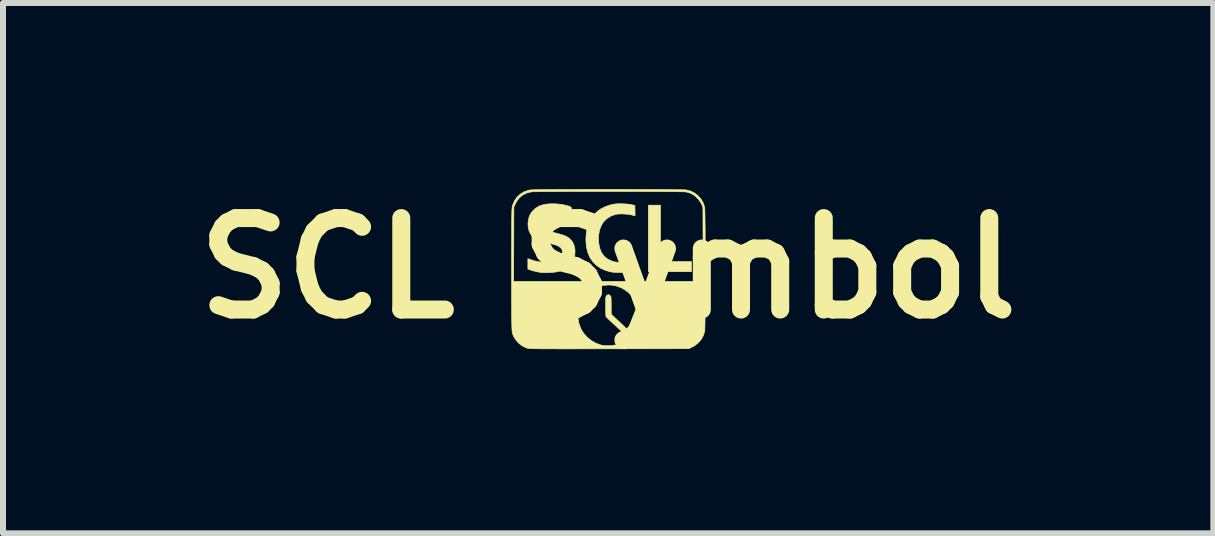
<source format=kicad_pcb>
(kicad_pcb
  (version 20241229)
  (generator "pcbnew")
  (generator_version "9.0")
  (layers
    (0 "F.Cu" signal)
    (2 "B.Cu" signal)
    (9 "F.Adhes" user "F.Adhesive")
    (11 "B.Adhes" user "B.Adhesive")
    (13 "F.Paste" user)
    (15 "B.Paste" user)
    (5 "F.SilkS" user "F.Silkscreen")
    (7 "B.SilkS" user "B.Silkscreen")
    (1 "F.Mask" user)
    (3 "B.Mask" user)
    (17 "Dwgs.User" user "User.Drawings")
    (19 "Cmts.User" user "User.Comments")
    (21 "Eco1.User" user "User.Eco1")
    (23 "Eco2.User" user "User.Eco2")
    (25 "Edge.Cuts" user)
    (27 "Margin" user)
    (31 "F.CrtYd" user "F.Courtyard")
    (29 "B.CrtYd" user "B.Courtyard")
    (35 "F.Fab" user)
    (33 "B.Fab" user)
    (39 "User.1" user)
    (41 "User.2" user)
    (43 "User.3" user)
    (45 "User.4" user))
  (footprint "SCL Symbol"
    (layer "F.Cu")
    (at 7.083 1.418)
    (property "Reference" "SCL Symbol" (at 0 0 0) (layer "F.SilkS") (effects (font (size 1.524 1.524) (thickness 0.3))))
    (attr through_hole)
    (fp_poly (pts (xy 0.872 -0.11) (xy 1.389 -0.11) (xy 1.389 0.059) (xy 0.669 0.059) (xy 0.669 -1.05) (xy 0.872 -1.05) (xy 0.872 -0.11)) (stroke (width 0.01) (type solid)) (fill yes) (layer "F.SilkS"))
    (fp_poly (pts (xy 0.019 0.446) (xy 0.034 0.457) (xy 0.04 0.465) (xy 0.044 0.474) (xy 0.048 0.488) (xy 0.049 0.51) (xy 0.05 0.542) (xy 0.051 0.587) (xy 0.051 0.622) (xy 0.051 0.769) (xy 0.182 0.89) (xy 0.221 0.927) (xy 0.257 0.961) (xy 0.286 0.99) (xy 0.306 1.012) (xy 0.317 1.025) (xy 0.318 1.027) (xy 0.317 1.048) (xy 0.305 1.068) (xy 0.287 1.082) (xy 0.276 1.084) (xy 0.264 1.079) (xy 0.241 1.063) (xy 0.209 1.037) (xy 0.166 0.999) (xy 0.114 0.951) (xy 0.072 0.913) (xy 0.035 0.878) (xy 0.004 0.849) (xy -0.019 0.826) (xy -0.033 0.813) (xy -0.036 0.81) (xy -0.038 0.798) (xy -0.04 0.773) (xy -0.041 0.737) (xy -0.042 0.692) (xy -0.042 0.641) (xy -0.042 0.637) (xy -0.042 0.58) (xy -0.042 0.538) (xy -0.041 0.508) (xy -0.039 0.487) (xy -0.036 0.473) (xy -0.031 0.464) (xy -0.026 0.457) (xy -0.025 0.457) (xy -0.009 0.445) (xy 0.004 0.44) (xy 0.019 0.446)) (stroke (width 0.01) (type solid)) (fill yes) (layer "F.SilkS"))
    (fp_poly (pts (xy 0.269 -1.071) (xy 0.329 -1.067) (xy 0.381 -1.059) (xy 0.398 -1.056) (xy 0.445 -1.045) (xy 0.447 -0.959) (xy 0.448 -0.923) (xy 0.448 -0.894) (xy 0.448 -0.876) (xy 0.447 -0.872) (xy 0.438 -0.874) (xy 0.418 -0.88) (xy 0.398 -0.885) (xy 0.349 -0.895) (xy 0.292 -0.901) (xy 0.234 -0.904) (xy 0.178 -0.903) (xy 0.132 -0.897) (xy 0.121 -0.895) (xy 0.044 -0.867) (xy -0.02 -0.827) (xy -0.073 -0.776) (xy -0.114 -0.713) (xy -0.142 -0.64) (xy -0.158 -0.556) (xy -0.161 -0.494) (xy -0.155 -0.402) (xy -0.137 -0.322) (xy -0.108 -0.254) (xy -0.066 -0.198) (xy -0.012 -0.154) (xy 0.054 -0.121) (xy 0.107 -0.105) (xy 0.149 -0.099) (xy 0.202 -0.096) (xy 0.26 -0.096) (xy 0.319 -0.1) (xy 0.371 -0.106) (xy 0.389 -0.11) (xy 0.417 -0.116) (xy 0.441 -0.122) (xy 0.447 -0.123) (xy 0.455 -0.124) (xy 0.461 -0.122) (xy 0.464 -0.112) (xy 0.465 -0.092) (xy 0.466 -0.06) (xy 0.466 -0.043) (xy 0.465 -0.004) (xy 0.464 0.021) (xy 0.462 0.035) (xy 0.457 0.042) (xy 0.449 0.046) (xy 0.447 0.046) (xy 0.427 0.051) (xy 0.399 0.057) (xy 0.389 0.059) (xy 0.353 0.065) (xy 0.305 0.069) (xy 0.249 0.072) (xy 0.191 0.073) (xy 0.134 0.071) (xy 0.085 0.068) (xy 0.05 0.064) (xy -0.045 0.038) (xy -0.128 0.00031) (xy -0.2 -0.05) (xy -0.259 -0.111) (xy -0.307 -0.183) (xy -0.341 -0.266) (xy -0.363 -0.359) (xy -0.371 -0.461) (xy -0.37 -0.512) (xy -0.365 -0.581) (xy -0.357 -0.64) (xy -0.343 -0.693) (xy -0.323 -0.745) (xy -0.305 -0.783) (xy -0.257 -0.863) (xy -0.198 -0.93) (xy -0.127 -0.985) (xy -0.044 -1.027) (xy 0.048 -1.057) (xy 0.102 -1.068) (xy 0.149 -1.072) (xy 0.207 -1.073) (xy 0.269 -1.071)) (stroke (width 0.01) (type solid)) (fill yes) (layer "F.SilkS"))
    (fp_poly (pts (xy -0.856 -1.071) (xy -0.772 -1.061) (xy -0.724 -1.051) (xy -0.679 -1.04) (xy -0.647 -1.031) (xy -0.627 -1.022) (xy -0.616 -1.01) (xy -0.611 -0.993) (xy -0.609 -0.967) (xy -0.61 -0.933) (xy -0.61 -0.849) (xy -0.677 -0.869) (xy -0.764 -0.89) (xy -0.844 -0.902) (xy -0.918 -0.904) (xy -0.983 -0.898) (xy -1.037 -0.883) (xy -1.08 -0.859) (xy -1.107 -0.831) (xy -1.122 -0.795) (xy -1.126 -0.753) (xy -1.12 -0.712) (xy -1.11 -0.689) (xy -1.096 -0.671) (xy -1.078 -0.655) (xy -1.053 -0.64) (xy -1.018 -0.626) (xy -0.973 -0.612) (xy -0.914 -0.596) (xy -0.887 -0.589) (xy -0.822 -0.572) (xy -0.77 -0.557) (xy -0.729 -0.543) (xy -0.697 -0.529) (xy -0.67 -0.513) (xy -0.645 -0.494) (xy -0.631 -0.482) (xy -0.592 -0.435) (xy -0.567 -0.378) (xy -0.553 -0.311) (xy -0.552 -0.296) (xy -0.555 -0.217) (xy -0.572 -0.147) (xy -0.603 -0.086) (xy -0.648 -0.034) (xy -0.706 0.009) (xy -0.777 0.041) (xy -0.861 0.062) (xy -0.867 0.063) (xy -0.914 0.069) (xy -0.97 0.073) (xy -1.028 0.075) (xy -1.083 0.074) (xy -1.127 0.071) (xy -1.13 0.07) (xy -1.168 0.064) (xy -1.212 0.054) (xy -1.256 0.043) (xy -1.293 0.031) (xy -1.302 0.028) (xy -1.338 0.015) (xy -1.338 -0.159) (xy -1.282 -0.139) (xy -1.214 -0.118) (xy -1.14 -0.104) (xy -1.064 -0.097) (xy -0.992 -0.095) (xy -0.926 -0.101) (xy -0.888 -0.11) (xy -0.836 -0.132) (xy -0.798 -0.164) (xy -0.774 -0.205) (xy -0.764 -0.252) (xy -0.763 -0.282) (xy -0.766 -0.301) (xy -0.775 -0.318) (xy -0.783 -0.329) (xy -0.806 -0.351) (xy -0.833 -0.369) (xy -0.87 -0.385) (xy -0.917 -0.399) (xy -0.968 -0.411) (xy -1.048 -0.431) (xy -1.114 -0.449) (xy -1.167 -0.469) (xy -1.21 -0.491) (xy -1.245 -0.515) (xy -1.273 -0.543) (xy -1.293 -0.57) (xy -1.319 -0.623) (xy -1.333 -0.685) (xy -1.336 -0.752) (xy -1.326 -0.821) (xy -1.312 -0.868) (xy -1.288 -0.914) (xy -1.252 -0.959) (xy -1.208 -0.999) (xy -1.162 -1.029) (xy -1.156 -1.032) (xy -1.094 -1.054) (xy -1.021 -1.068) (xy -0.941 -1.073) (xy -0.856 -1.071)) (stroke (width 0.01) (type solid)) (fill yes) (layer "F.SilkS"))
    (fp_poly (pts (xy 0.069 -1.312) (xy 0.199 -1.312) (xy 0.327 -1.312) (xy 0.452 -1.311) (xy 0.573 -1.311) (xy 0.689 -1.311) (xy 0.798 -1.31) (xy 0.899 -1.31) (xy 0.992 -1.309) (xy 1.075 -1.308) (xy 1.147 -1.307) (xy 1.207 -1.307) (xy 1.253 -1.306) (xy 1.284 -1.305) (xy 1.3 -1.304) (xy 1.373 -1.285) (xy 1.44 -1.252) (xy 1.499 -1.206) (xy 1.548 -1.15) (xy 1.585 -1.085) (xy 1.608 -1.013) (xy 1.609 -1.008) (xy 1.61 -0.993) (xy 1.611 -0.962) (xy 1.612 -0.916) (xy 1.613 -0.858) (xy 1.614 -0.788) (xy 1.615 -0.708) (xy 1.616 -0.618) (xy 1.616 -0.521) (xy 1.617 -0.417) (xy 1.617 -0.309) (xy 1.617 -0.196) (xy 1.617 -0.081) (xy 1.617 0.035) (xy 1.617 0.151) (xy 1.617 0.266) (xy 1.617 0.377) (xy 1.616 0.485) (xy 1.616 0.587) (xy 1.615 0.683) (xy 1.615 0.77) (xy 1.614 0.848) (xy 1.613 0.916) (xy 1.612 0.971) (xy 1.611 1.013) (xy 1.61 1.041) (xy 1.609 1.051) (xy 1.587 1.122) (xy 1.551 1.187) (xy 1.501 1.244) (xy 1.441 1.292) (xy 1.399 1.315) (xy 1.342 1.342) (xy 0.013 1.344) (xy -0.163 1.344) (xy -0.322 1.344) (xy -0.466 1.344) (xy -0.596 1.345) (xy -0.712 1.345) (xy -0.815 1.345) (xy -0.905 1.344) (xy -0.985 1.344) (xy -1.054 1.344) (xy -1.114 1.344) (xy -1.164 1.343) (xy -1.207 1.342) (xy -1.242 1.342) (xy -1.271 1.341) (xy -1.294 1.34) (xy -1.313 1.338) (xy -1.327 1.337) (xy -1.338 1.335) (xy -1.347 1.334) (xy -1.355 1.332) (xy -1.361 1.33) (xy -1.363 1.329) (xy -1.431 1.296) (xy -1.491 1.25) (xy -1.541 1.194) (xy -1.578 1.131) (xy -1.592 1.095) (xy -1.594 1.086) (xy -1.596 1.077) (xy -1.599 1.067) (xy -1.6 1.054) (xy -1.602 1.038) (xy -1.603 1.018) (xy -1.604 0.993) (xy -1.605 0.962) (xy -1.606 0.924) (xy -1.607 0.877) (xy -1.607 0.822) (xy -1.607 0.821) (xy -0.504 0.821) (xy -0.49 0.91) (xy -0.459 0.998) (xy -0.451 1.016) (xy -0.407 1.087) (xy -0.35 1.15) (xy -0.283 1.205) (xy -0.208 1.248) (xy -0.129 1.278) (xy -0.11 1.283) (xy -0.052 1.291) (xy 0.013 1.292) (xy 0.079 1.287) (xy 0.139 1.277) (xy 0.161 1.27) (xy 0.243 1.234) (xy 0.318 1.184) (xy 0.383 1.122) (xy 0.437 1.05) (xy 0.477 0.97) (xy 0.483 0.954) (xy 0.496 0.904) (xy 0.504 0.843) (xy 0.507 0.779) (xy 0.505 0.718) (xy 0.497 0.665) (xy 0.495 0.66) (xy 0.465 0.575) (xy 0.421 0.498) (xy 0.365 0.431) (xy 0.298 0.374) (xy 0.223 0.329) (xy 0.141 0.298) (xy 0.053 0.282) (xy 0.005 0.28) (xy -0.089 0.288) (xy -0.176 0.312) (xy -0.257 0.351) (xy -0.332 0.407) (xy -0.347 0.42) (xy -0.408 0.489) (xy -0.455 0.565) (xy -0.486 0.647) (xy -0.503 0.733) (xy -0.504 0.821) (xy -1.607 0.821) (xy -1.608 0.758) (xy -1.608 0.682) (xy -1.608 0.595) (xy -1.609 0.495) (xy -1.609 0.381) (xy -1.609 0.253) (xy -1.609 0.22) (xy -1.575 0.22) (xy 1.584 0.22) (xy 1.581 -0.396) (xy 1.579 -1.012) (xy 1.559 -1.061) (xy 1.533 -1.108) (xy 1.496 -1.156) (xy 1.452 -1.199) (xy 1.405 -1.232) (xy 1.396 -1.236) (xy 1.359 -1.252) (xy 1.318 -1.265) (xy 1.294 -1.27) (xy 1.279 -1.271) (xy 1.248 -1.272) (xy 1.202 -1.273) (xy 1.143 -1.274) (xy 1.072 -1.274) (xy 0.989 -1.275) (xy 0.897 -1.276) (xy 0.795 -1.276) (xy 0.687 -1.277) (xy 0.572 -1.277) (xy 0.451 -1.278) (xy 0.327 -1.278) (xy 0.199 -1.278) (xy 0.07 -1.278) (xy -0.06 -1.278) (xy -0.189 -1.278) (xy -0.317 -1.278) (xy -0.441 -1.278) (xy -0.562 -1.278) (xy -0.677 -1.277) (xy -0.786 -1.277) (xy -0.887 -1.276) (xy -0.979 -1.276) (xy -1.062 -1.275) (xy -1.133 -1.274) (xy -1.193 -1.273) (xy -1.238 -1.273) (xy -1.27 -1.272) (xy -1.285 -1.27) (xy -1.359 -1.252) (xy -1.424 -1.219) (xy -1.479 -1.173) (xy -1.524 -1.113) (xy -1.539 -1.086) (xy -1.571 -1.021) (xy -1.573 -0.4) (xy -1.575 0.22) (xy -1.609 0.22) (xy -1.609 0.11) (xy -1.609 0.021) (xy -1.609 -0.132) (xy -1.609 -0.268) (xy -1.609 -0.39) (xy -1.608 -0.497) (xy -1.608 -0.592) (xy -1.608 -0.674) (xy -1.608 -0.745) (xy -1.607 -0.805) (xy -1.607 -0.856) (xy -1.606 -0.899) (xy -1.605 -0.934) (xy -1.604 -0.963) (xy -1.603 -0.985) (xy -1.601 -1.003) (xy -1.6 -1.018) (xy -1.598 -1.029) (xy -1.595 -1.039) (xy -1.593 -1.047) (xy -1.592 -1.051) (xy -1.561 -1.122) (xy -1.518 -1.184) (xy -1.462 -1.235) (xy -1.397 -1.274) (xy -1.324 -1.299) (xy -1.293 -1.304) (xy -1.277 -1.305) (xy -1.246 -1.306) (xy -1.199 -1.307) (xy -1.14 -1.308) (xy -1.068 -1.309) (xy -0.985 -1.31) (xy -0.892 -1.31) (xy -0.79 -1.311) (xy -0.681 -1.311) (xy -0.565 -1.311) (xy -0.444 -1.312) (xy -0.319 -1.312) (xy -0.191 -1.312) (xy -0.061 -1.312) (xy 0.069 -1.312)) (stroke (width 0.01) (type solid)) (fill yes) (layer "F.SilkS")))
  (gr_rect
    (start -3 -3)
    (end 17.166 5.836)
    (stroke (width 0.1) (type default))
    (fill no)
    (layer "Edge.Cuts")))
</source>
